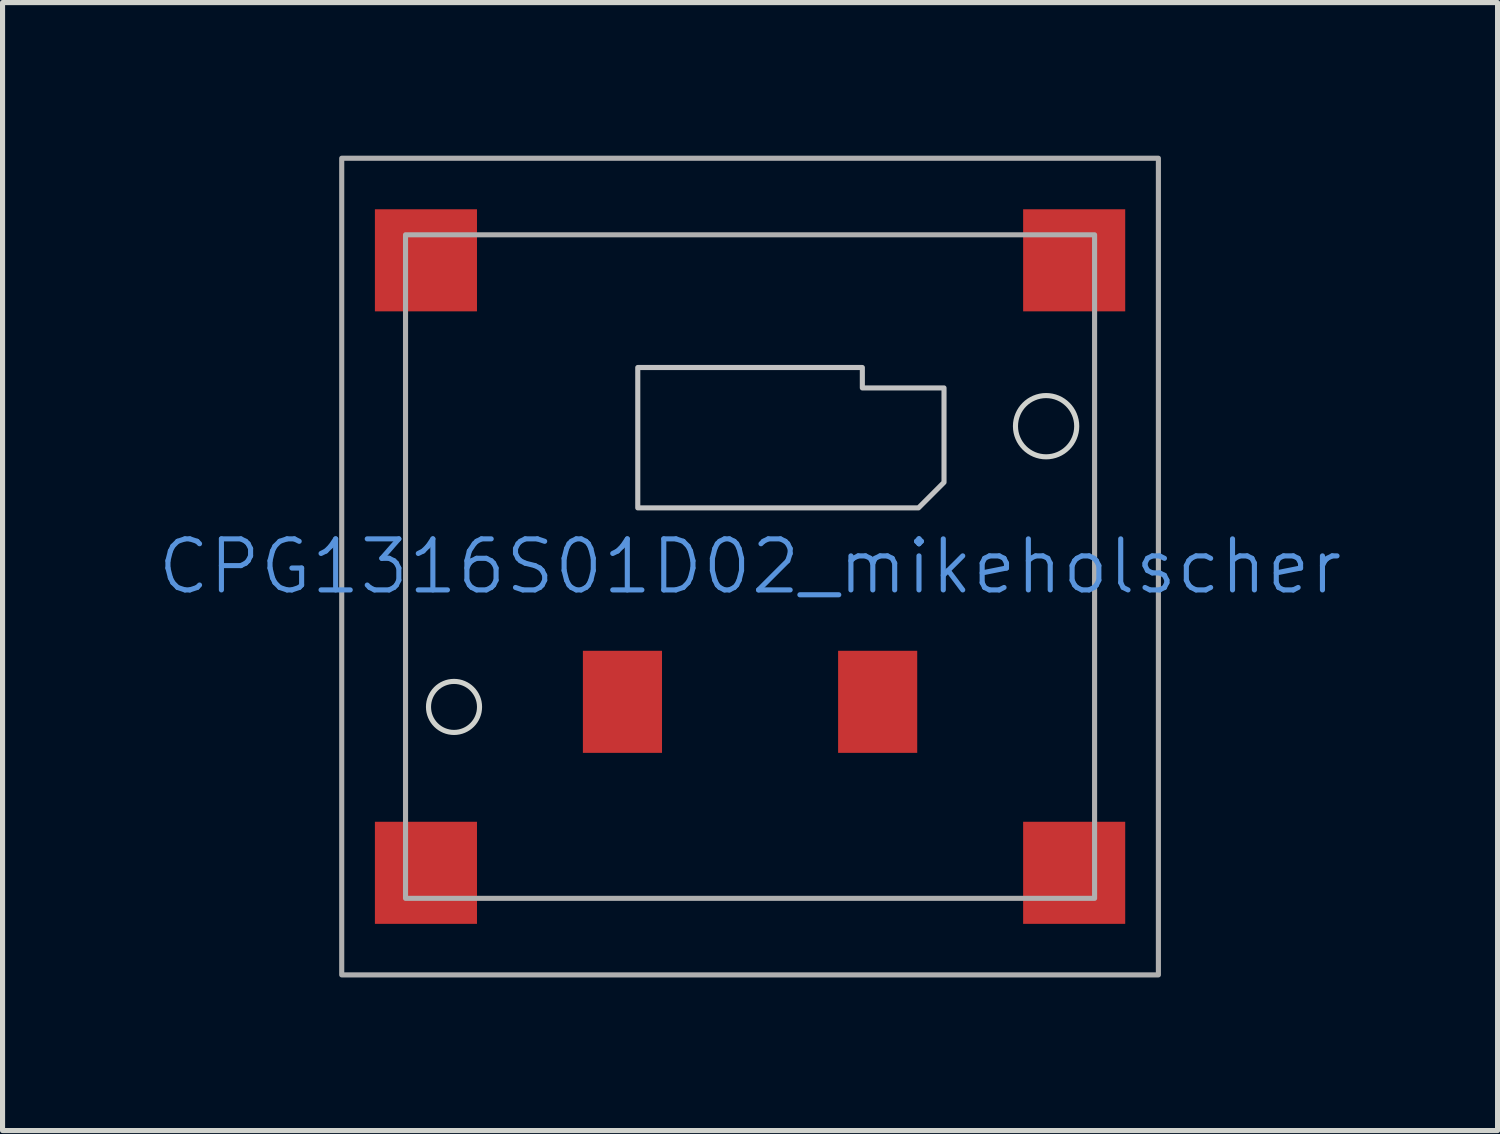
<source format=kicad_pcb>
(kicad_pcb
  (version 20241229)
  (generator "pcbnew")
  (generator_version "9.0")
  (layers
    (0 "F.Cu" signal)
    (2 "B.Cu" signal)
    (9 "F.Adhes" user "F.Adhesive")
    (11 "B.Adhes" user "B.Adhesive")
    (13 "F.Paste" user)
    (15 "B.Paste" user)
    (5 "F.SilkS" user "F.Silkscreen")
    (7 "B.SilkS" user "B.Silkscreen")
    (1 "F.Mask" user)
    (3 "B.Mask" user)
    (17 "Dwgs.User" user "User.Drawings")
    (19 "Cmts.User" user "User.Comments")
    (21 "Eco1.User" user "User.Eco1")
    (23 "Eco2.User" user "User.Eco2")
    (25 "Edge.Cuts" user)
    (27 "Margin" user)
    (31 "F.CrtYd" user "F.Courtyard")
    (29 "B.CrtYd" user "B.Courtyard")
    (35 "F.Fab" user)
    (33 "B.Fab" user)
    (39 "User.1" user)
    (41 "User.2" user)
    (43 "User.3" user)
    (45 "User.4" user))
  (footprint "CPG1316S01D02_mikeholscher"
    (layer "F.Cu")
    (at 11.645 8.05)
    (property "Reference" "CPG1316S01D02_mikeholscher" (at 0 0 0) (unlocked yes) (layer "Cmts.User") (effects (font (size 1 1) (thickness 0.1))))
    (attr smd)
    (fp_poly (pts (xy 3.8 -3.5) (xy 3.8 -1.65) (xy 3.3 -1.15) (xy -2.2 -1.15) (xy -2.2 -3.9) (xy 2.2 -3.9) (xy 2.2 -3.5)) (stroke (width 0.1) (type solid)) (fill no) (layer "Dwgs.User"))
    (fp_circle (center -5.8 2.75) (end -5.3 2.75) (stroke (width 0.1) (type default)) (fill no) (layer "Edge.Cuts"))
    (fp_circle (center 5.8 -2.75) (end 6.4 -2.75) (stroke (width 0.1) (type default)) (fill no) (layer "Edge.Cuts"))
    (fp_rect (start -8 8) (end 8 -8) (stroke (width 0.1) (type default)) (fill no) (layer "F.Fab"))
    (fp_rect (start -6.75 -6.5) (end 6.75 6.5) (stroke (width 0.1) (type default)) (fill no) (layer "F.Fab"))
    (pad "1" smd rect (at -2.5 2.65) (size 1.55 2) (layers "F.Cu" "F.Mask" "F.Paste"))
    (pad "2" smd rect (at 2.5 2.65) (size 1.55 2) (layers "F.Cu" "F.Mask" "F.Paste"))
    (pad "MP" smd rect (at -6.35 -6) (size 2 2) (layers "F.Cu" "F.Mask" "F.Paste"))
    (pad "MP" smd rect (at -6.35 6) (size 2 2) (layers "F.Cu" "F.Mask" "F.Paste"))
    (pad "MP" smd rect (at 6.35 -6) (size 2 2) (layers "F.Cu" "F.Mask" "F.Paste"))
    (pad "MP" smd rect (at 6.35 6) (size 2 2) (layers "F.Cu" "F.Mask" "F.Paste")))
  (gr_rect
    (start -3 -3)
    (end 26.29 19.1)
    (stroke (width 0.1) (type default))
    (fill no)
    (layer "Edge.Cuts")))
</source>
